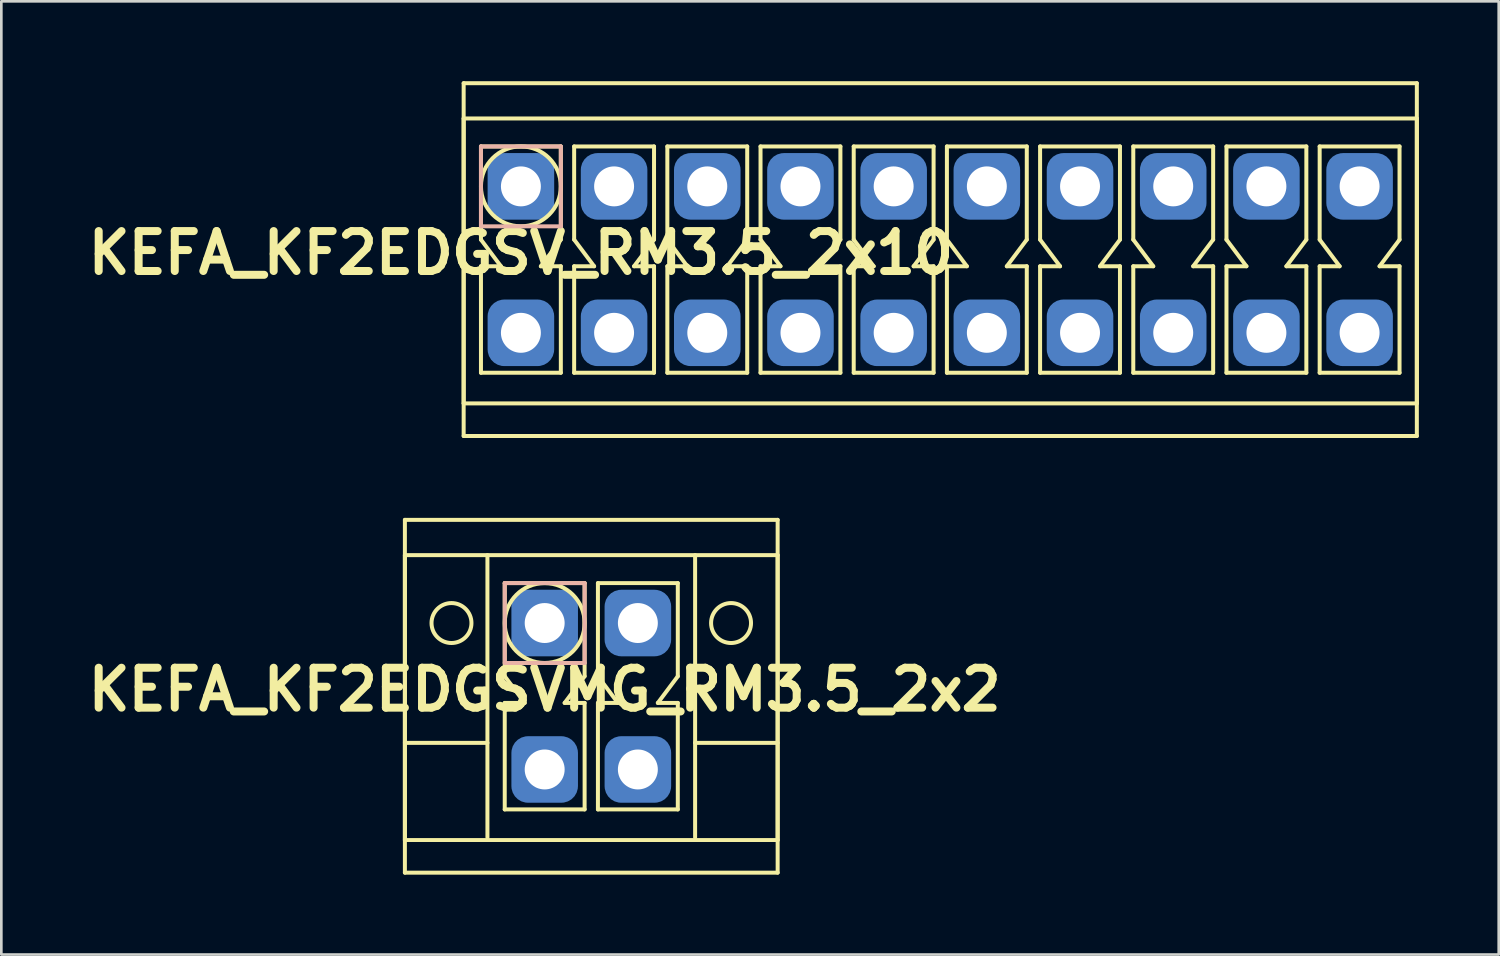
<source format=kicad_pcb>
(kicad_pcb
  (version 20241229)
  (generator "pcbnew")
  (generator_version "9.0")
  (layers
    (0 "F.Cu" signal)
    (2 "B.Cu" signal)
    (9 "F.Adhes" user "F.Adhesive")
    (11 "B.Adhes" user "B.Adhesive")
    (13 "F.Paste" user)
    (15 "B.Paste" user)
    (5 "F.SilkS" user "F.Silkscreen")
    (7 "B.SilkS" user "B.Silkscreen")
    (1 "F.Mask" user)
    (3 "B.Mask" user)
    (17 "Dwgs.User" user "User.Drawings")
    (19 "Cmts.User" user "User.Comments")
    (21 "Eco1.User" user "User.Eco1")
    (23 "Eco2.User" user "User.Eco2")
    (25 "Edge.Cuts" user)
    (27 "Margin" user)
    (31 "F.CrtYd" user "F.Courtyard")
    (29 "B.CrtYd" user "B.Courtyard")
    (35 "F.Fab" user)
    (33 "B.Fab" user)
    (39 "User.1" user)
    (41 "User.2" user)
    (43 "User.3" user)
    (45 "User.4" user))
  (footprint "KEFA_KF2EDGSV_RM3.5_2x10"
    (layer "F.Cu")
    (at 16.514 3.95)
    (property "Reference" "KEFA_KF2EDGSV_RM3.5_2x10" (at 0 2.5 0) (layer "F.SilkS") (effects (font (size 1.5 1.5) (thickness 0.3))))
    (attr through_hole)
    (fp_line (start -2.15 -3.875) (end 33.65 -3.875) (stroke (width 0.15) (type solid)) (layer "F.SilkS"))
    (fp_line (start -2.15 -2.55) (end 33.65 -2.55) (stroke (width 0.15) (type solid)) (layer "F.SilkS"))
    (fp_line (start -2.15 8.15) (end -2.15 -2.55) (stroke (width 0.15) (type solid)) (layer "F.SilkS"))
    (fp_line (start -2.15 9.375) (end -2.15 -3.875) (stroke (width 0.15) (type solid)) (layer "F.SilkS"))
    (fp_line (start -1.5 -1.5) (end -1.5 2) (stroke (width 0.15) (type solid)) (layer "F.SilkS"))
    (fp_line (start -1.5 -1.5) (end 1.5 -1.5) (stroke (width 0.15) (type solid)) (layer "F.SilkS"))
    (fp_line (start -1.5 2) (end -0.75 3) (stroke (width 0.15) (type solid)) (layer "F.SilkS"))
    (fp_line (start -1.5 3) (end -1.5 7) (stroke (width 0.15) (type solid)) (layer "F.SilkS"))
    (fp_line (start -1.5 7) (end 1.5 7) (stroke (width 0.15) (type solid)) (layer "F.SilkS"))
    (fp_line (start -0.75 3) (end -1.5 3) (stroke (width 0.15) (type solid)) (layer "F.SilkS"))
    (fp_line (start 0.75 3) (end 1.5 3) (stroke (width 0.15) (type solid)) (layer "F.SilkS"))
    (fp_line (start 1.5 -1.5) (end 1.5 2) (stroke (width 0.15) (type solid)) (layer "F.SilkS"))
    (fp_line (start 1.5 2) (end 0.75 3) (stroke (width 0.15) (type solid)) (layer "F.SilkS"))
    (fp_line (start 1.5 3) (end 1.5 7) (stroke (width 0.15) (type solid)) (layer "F.SilkS"))
    (fp_line (start 2 -1.5) (end 2 2) (stroke (width 0.15) (type solid)) (layer "F.SilkS"))
    (fp_line (start 2 -1.5) (end 5 -1.5) (stroke (width 0.15) (type solid)) (layer "F.SilkS"))
    (fp_line (start 2 2) (end 2.75 3) (stroke (width 0.15) (type solid)) (layer "F.SilkS"))
    (fp_line (start 2 3) (end 2 7) (stroke (width 0.15) (type solid)) (layer "F.SilkS"))
    (fp_line (start 2 7) (end 5 7) (stroke (width 0.15) (type solid)) (layer "F.SilkS"))
    (fp_line (start 2.75 3) (end 2 3) (stroke (width 0.15) (type solid)) (layer "F.SilkS"))
    (fp_line (start 4.25 3) (end 5 3) (stroke (width 0.15) (type solid)) (layer "F.SilkS"))
    (fp_line (start 5 -1.5) (end 5 2) (stroke (width 0.15) (type solid)) (layer "F.SilkS"))
    (fp_line (start 5 2) (end 4.25 3) (stroke (width 0.15) (type solid)) (layer "F.SilkS"))
    (fp_line (start 5 3) (end 5 7) (stroke (width 0.15) (type solid)) (layer "F.SilkS"))
    (fp_line (start 5.5 -1.5) (end 5.5 2) (stroke (width 0.15) (type solid)) (layer "F.SilkS"))
    (fp_line (start 5.5 -1.5) (end 8.5 -1.5) (stroke (width 0.15) (type solid)) (layer "F.SilkS"))
    (fp_line (start 5.5 2) (end 6.25 3) (stroke (width 0.15) (type solid)) (layer "F.SilkS"))
    (fp_line (start 5.5 3) (end 5.5 7) (stroke (width 0.15) (type solid)) (layer "F.SilkS"))
    (fp_line (start 5.5 7) (end 8.5 7) (stroke (width 0.15) (type solid)) (layer "F.SilkS"))
    (fp_line (start 6.25 3) (end 5.5 3) (stroke (width 0.15) (type solid)) (layer "F.SilkS"))
    (fp_line (start 7.75 3) (end 8.5 3) (stroke (width 0.15) (type solid)) (layer "F.SilkS"))
    (fp_line (start 8.5 -1.5) (end 8.5 2) (stroke (width 0.15) (type solid)) (layer "F.SilkS"))
    (fp_line (start 8.5 2) (end 7.75 3) (stroke (width 0.15) (type solid)) (layer "F.SilkS"))
    (fp_line (start 8.5 3) (end 8.5 7) (stroke (width 0.15) (type solid)) (layer "F.SilkS"))
    (fp_line (start 9 -1.5) (end 9 2) (stroke (width 0.15) (type solid)) (layer "F.SilkS"))
    (fp_line (start 9 -1.5) (end 12 -1.5) (stroke (width 0.15) (type solid)) (layer "F.SilkS"))
    (fp_line (start 9 2) (end 9.75 3) (stroke (width 0.15) (type solid)) (layer "F.SilkS"))
    (fp_line (start 9 3) (end 9 7) (stroke (width 0.15) (type solid)) (layer "F.SilkS"))
    (fp_line (start 9 7) (end 12 7) (stroke (width 0.15) (type solid)) (layer "F.SilkS"))
    (fp_line (start 9.75 3) (end 9 3) (stroke (width 0.15) (type solid)) (layer "F.SilkS"))
    (fp_line (start 11.25 3) (end 12 3) (stroke (width 0.15) (type solid)) (layer "F.SilkS"))
    (fp_line (start 12 -1.5) (end 12 2) (stroke (width 0.15) (type solid)) (layer "F.SilkS"))
    (fp_line (start 12 2) (end 11.25 3) (stroke (width 0.15) (type solid)) (layer "F.SilkS"))
    (fp_line (start 12 3) (end 12 7) (stroke (width 0.15) (type solid)) (layer "F.SilkS"))
    (fp_line (start 12.5 -1.5) (end 12.5 2) (stroke (width 0.15) (type solid)) (layer "F.SilkS"))
    (fp_line (start 12.5 -1.5) (end 15.5 -1.5) (stroke (width 0.15) (type solid)) (layer "F.SilkS"))
    (fp_line (start 12.5 2) (end 13.25 3) (stroke (width 0.15) (type solid)) (layer "F.SilkS"))
    (fp_line (start 12.5 3) (end 12.5 7) (stroke (width 0.15) (type solid)) (layer "F.SilkS"))
    (fp_line (start 12.5 7) (end 15.5 7) (stroke (width 0.15) (type solid)) (layer "F.SilkS"))
    (fp_line (start 13.25 3) (end 12.5 3) (stroke (width 0.15) (type solid)) (layer "F.SilkS"))
    (fp_line (start 14.75 3) (end 15.5 3) (stroke (width 0.15) (type solid)) (layer "F.SilkS"))
    (fp_line (start 15.5 -1.5) (end 15.5 2) (stroke (width 0.15) (type solid)) (layer "F.SilkS"))
    (fp_line (start 15.5 2) (end 14.75 3) (stroke (width 0.15) (type solid)) (layer "F.SilkS"))
    (fp_line (start 15.5 3) (end 15.5 7) (stroke (width 0.15) (type solid)) (layer "F.SilkS"))
    (fp_line (start 16 -1.5) (end 16 2) (stroke (width 0.15) (type solid)) (layer "F.SilkS"))
    (fp_line (start 16 -1.5) (end 19 -1.5) (stroke (width 0.15) (type solid)) (layer "F.SilkS"))
    (fp_line (start 16 2) (end 16.75 3) (stroke (width 0.15) (type solid)) (layer "F.SilkS"))
    (fp_line (start 16 3) (end 16 7) (stroke (width 0.15) (type solid)) (layer "F.SilkS"))
    (fp_line (start 16 7) (end 19 7) (stroke (width 0.15) (type solid)) (layer "F.SilkS"))
    (fp_line (start 16.75 3) (end 16 3) (stroke (width 0.15) (type solid)) (layer "F.SilkS"))
    (fp_line (start 18.25 3) (end 19 3) (stroke (width 0.15) (type solid)) (layer "F.SilkS"))
    (fp_line (start 19 -1.5) (end 19 2) (stroke (width 0.15) (type solid)) (layer "F.SilkS"))
    (fp_line (start 19 2) (end 18.25 3) (stroke (width 0.15) (type solid)) (layer "F.SilkS"))
    (fp_line (start 19 3) (end 19 7) (stroke (width 0.15) (type solid)) (layer "F.SilkS"))
    (fp_line (start 19.5 -1.5) (end 19.5 2) (stroke (width 0.15) (type solid)) (layer "F.SilkS"))
    (fp_line (start 19.5 -1.5) (end 22.5 -1.5) (stroke (width 0.15) (type solid)) (layer "F.SilkS"))
    (fp_line (start 19.5 2) (end 20.25 3) (stroke (width 0.15) (type solid)) (layer "F.SilkS"))
    (fp_line (start 19.5 3) (end 19.5 7) (stroke (width 0.15) (type solid)) (layer "F.SilkS"))
    (fp_line (start 19.5 7) (end 22.5 7) (stroke (width 0.15) (type solid)) (layer "F.SilkS"))
    (fp_line (start 20.25 3) (end 19.5 3) (stroke (width 0.15) (type solid)) (layer "F.SilkS"))
    (fp_line (start 21.75 3) (end 22.5 3) (stroke (width 0.15) (type solid)) (layer "F.SilkS"))
    (fp_line (start 22.5 -1.5) (end 22.5 2) (stroke (width 0.15) (type solid)) (layer "F.SilkS"))
    (fp_line (start 22.5 2) (end 21.75 3) (stroke (width 0.15) (type solid)) (layer "F.SilkS"))
    (fp_line (start 22.5 3) (end 22.5 7) (stroke (width 0.15) (type solid)) (layer "F.SilkS"))
    (fp_line (start 23 -1.5) (end 23 2) (stroke (width 0.15) (type solid)) (layer "F.SilkS"))
    (fp_line (start 23 -1.5) (end 26 -1.5) (stroke (width 0.15) (type solid)) (layer "F.SilkS"))
    (fp_line (start 23 2) (end 23.75 3) (stroke (width 0.15) (type solid)) (layer "F.SilkS"))
    (fp_line (start 23 3) (end 23 7) (stroke (width 0.15) (type solid)) (layer "F.SilkS"))
    (fp_line (start 23 7) (end 26 7) (stroke (width 0.15) (type solid)) (layer "F.SilkS"))
    (fp_line (start 23.75 3) (end 23 3) (stroke (width 0.15) (type solid)) (layer "F.SilkS"))
    (fp_line (start 25.25 3) (end 26 3) (stroke (width 0.15) (type solid)) (layer "F.SilkS"))
    (fp_line (start 26 -1.5) (end 26 2) (stroke (width 0.15) (type solid)) (layer "F.SilkS"))
    (fp_line (start 26 2) (end 25.25 3) (stroke (width 0.15) (type solid)) (layer "F.SilkS"))
    (fp_line (start 26 3) (end 26 7) (stroke (width 0.15) (type solid)) (layer "F.SilkS"))
    (fp_line (start 26.5 -1.5) (end 26.5 2) (stroke (width 0.15) (type solid)) (layer "F.SilkS"))
    (fp_line (start 26.5 -1.5) (end 29.5 -1.5) (stroke (width 0.15) (type solid)) (layer "F.SilkS"))
    (fp_line (start 26.5 2) (end 27.25 3) (stroke (width 0.15) (type solid)) (layer "F.SilkS"))
    (fp_line (start 26.5 3) (end 26.5 7) (stroke (width 0.15) (type solid)) (layer "F.SilkS"))
    (fp_line (start 26.5 7) (end 29.5 7) (stroke (width 0.15) (type solid)) (layer "F.SilkS"))
    (fp_line (start 27.25 3) (end 26.5 3) (stroke (width 0.15) (type solid)) (layer "F.SilkS"))
    (fp_line (start 28.75 3) (end 29.5 3) (stroke (width 0.15) (type solid)) (layer "F.SilkS"))
    (fp_line (start 29.5 -1.5) (end 29.5 2) (stroke (width 0.15) (type solid)) (layer "F.SilkS"))
    (fp_line (start 29.5 2) (end 28.75 3) (stroke (width 0.15) (type solid)) (layer "F.SilkS"))
    (fp_line (start 29.5 3) (end 29.5 7) (stroke (width 0.15) (type solid)) (layer "F.SilkS"))
    (fp_line (start 30 -1.5) (end 30 2) (stroke (width 0.15) (type solid)) (layer "F.SilkS"))
    (fp_line (start 30 -1.5) (end 33 -1.5) (stroke (width 0.15) (type solid)) (layer "F.SilkS"))
    (fp_line (start 30 2) (end 30.75 3) (stroke (width 0.15) (type solid)) (layer "F.SilkS"))
    (fp_line (start 30 3) (end 30 7) (stroke (width 0.15) (type solid)) (layer "F.SilkS"))
    (fp_line (start 30 7) (end 33 7) (stroke (width 0.15) (type solid)) (layer "F.SilkS"))
    (fp_line (start 30.75 3) (end 30 3) (stroke (width 0.15) (type solid)) (layer "F.SilkS"))
    (fp_line (start 32.25 3) (end 33 3) (stroke (width 0.15) (type solid)) (layer "F.SilkS"))
    (fp_line (start 33 -1.5) (end 33 2) (stroke (width 0.15) (type solid)) (layer "F.SilkS"))
    (fp_line (start 33 2) (end 32.25 3) (stroke (width 0.15) (type solid)) (layer "F.SilkS"))
    (fp_line (start 33 3) (end 33 7) (stroke (width 0.15) (type solid)) (layer "F.SilkS"))
    (fp_line (start 33.65 -3.875) (end 33.65 9.375) (stroke (width 0.15) (type solid)) (layer "F.SilkS"))
    (fp_line (start 33.65 -2.55) (end 33.65 8.15) (stroke (width 0.15) (type solid)) (layer "F.SilkS"))
    (fp_line (start 33.65 8.15) (end -2.15 8.15) (stroke (width 0.15) (type solid)) (layer "F.SilkS"))
    (fp_line (start 33.65 9.375) (end -2.15 9.375) (stroke (width 0.15) (type solid)) (layer "F.SilkS"))
    (fp_circle (center 0 0) (end 1.5 0) (stroke (width 0.15) (type solid)) (fill no) (layer "F.SilkS"))
    (fp_line (start -1.5 -1.5) (end 1.5 -1.5) (stroke (width 0.15) (type solid)) (layer "B.SilkS"))
    (fp_line (start -1.5 1.5) (end -1.5 -1.5) (stroke (width 0.15) (type solid)) (layer "B.SilkS"))
    (fp_line (start 1.5 -1.5) (end 1.5 1.5) (stroke (width 0.15) (type solid)) (layer "B.SilkS"))
    (fp_line (start 1.5 1.5) (end -1.5 1.5) (stroke (width 0.15) (type solid)) (layer "B.SilkS"))
    (pad "1" thru_hole circle (at 0 0) (size 1.8 1.8) (drill 1.5) (layers "*.Cu" "*.Mask"))
    (pad "1" smd roundrect (at 0 0) (size 2.5 2.5) (layers "B.Cu" "B.Mask") (roundrect_rratio 0.25))
    (pad "2" thru_hole circle (at 3.5 0) (size 1.8 1.8) (drill 1.5) (layers "*.Cu" "*.Mask"))
    (pad "2" smd roundrect (at 3.5 0) (size 2.5 2.5) (layers "B.Cu" "B.Mask") (roundrect_rratio 0.25))
    (pad "3" thru_hole circle (at 7 0) (size 1.8 1.8) (drill 1.5) (layers "*.Cu" "*.Mask"))
    (pad "3" smd roundrect (at 7 0) (size 2.5 2.5) (layers "B.Cu" "B.Mask") (roundrect_rratio 0.25))
    (pad "4" thru_hole circle (at 10.5 0) (size 1.8 1.8) (drill 1.5) (layers "*.Cu" "*.Mask"))
    (pad "4" smd roundrect (at 10.5 0) (size 2.5 2.5) (layers "B.Cu" "B.Mask") (roundrect_rratio 0.25))
    (pad "5" thru_hole circle (at 14 0) (size 1.8 1.8) (drill 1.5) (layers "*.Cu" "*.Mask"))
    (pad "5" smd roundrect (at 14 0) (size 2.5 2.5) (layers "B.Cu" "B.Mask") (roundrect_rratio 0.25))
    (pad "6" thru_hole circle (at 17.5 0) (size 1.8 1.8) (drill 1.5) (layers "*.Cu" "*.Mask"))
    (pad "6" smd roundrect (at 17.5 0) (size 2.5 2.5) (layers "B.Cu" "B.Mask") (roundrect_rratio 0.25))
    (pad "7" thru_hole circle (at 21 0) (size 1.8 1.8) (drill 1.5) (layers "*.Cu" "*.Mask"))
    (pad "7" smd roundrect (at 21 0) (size 2.5 2.5) (layers "B.Cu" "B.Mask") (roundrect_rratio 0.25))
    (pad "8" thru_hole circle (at 24.5 0) (size 1.8 1.8) (drill 1.5) (layers "*.Cu" "*.Mask"))
    (pad "8" smd roundrect (at 24.5 0) (size 2.5 2.5) (layers "B.Cu" "B.Mask") (roundrect_rratio 0.25))
    (pad "9" thru_hole circle (at 28 0) (size 1.8 1.8) (drill 1.5) (layers "*.Cu" "*.Mask"))
    (pad "9" smd roundrect (at 28 0) (size 2.5 2.5) (layers "B.Cu" "B.Mask") (roundrect_rratio 0.25))
    (pad "10" thru_hole circle (at 31.5 0) (size 1.8 1.8) (drill 1.5) (layers "*.Cu" "*.Mask"))
    (pad "10" smd roundrect (at 31.5 0) (size 2.5 2.5) (layers "B.Cu" "B.Mask") (roundrect_rratio 0.25))
    (pad "11" thru_hole circle (at 0 5.5) (size 1.8 1.8) (drill 1.5) (layers "*.Cu" "*.Mask"))
    (pad "11" smd roundrect (at 0 5.5) (size 2.5 2.5) (layers "B.Cu" "B.Mask") (roundrect_rratio 0.25))
    (pad "12" thru_hole circle (at 3.5 5.5) (size 1.8 1.8) (drill 1.5) (layers "*.Cu" "*.Mask"))
    (pad "12" smd roundrect (at 3.5 5.5) (size 2.5 2.5) (layers "B.Cu" "B.Mask") (roundrect_rratio 0.25))
    (pad "13" thru_hole circle (at 7 5.5) (size 1.8 1.8) (drill 1.5) (layers "*.Cu" "*.Mask"))
    (pad "13" smd roundrect (at 7 5.5) (size 2.5 2.5) (layers "B.Cu" "B.Mask") (roundrect_rratio 0.25))
    (pad "14" thru_hole circle (at 10.5 5.5) (size 1.8 1.8) (drill 1.5) (layers "*.Cu" "*.Mask"))
    (pad "14" smd roundrect (at 10.5 5.5) (size 2.5 2.5) (layers "B.Cu" "B.Mask") (roundrect_rratio 0.25))
    (pad "15" thru_hole circle (at 14 5.5) (size 1.8 1.8) (drill 1.5) (layers "*.Cu" "*.Mask"))
    (pad "15" smd roundrect (at 14 5.5) (size 2.5 2.5) (layers "B.Cu" "B.Mask") (roundrect_rratio 0.25))
    (pad "16" thru_hole circle (at 17.5 5.5) (size 1.8 1.8) (drill 1.5) (layers "*.Cu" "*.Mask"))
    (pad "16" smd roundrect (at 17.5 5.5) (size 2.5 2.5) (layers "B.Cu" "B.Mask") (roundrect_rratio 0.25))
    (pad "17" thru_hole circle (at 21 5.5) (size 1.8 1.8) (drill 1.5) (layers "*.Cu" "*.Mask"))
    (pad "17" smd roundrect (at 21 5.5) (size 2.5 2.5) (layers "B.Cu" "B.Mask") (roundrect_rratio 0.25))
    (pad "18" thru_hole circle (at 24.5 5.5) (size 1.8 1.8) (drill 1.5) (layers "*.Cu" "*.Mask"))
    (pad "18" smd roundrect (at 24.5 5.5) (size 2.5 2.5) (layers "B.Cu" "B.Mask") (roundrect_rratio 0.25))
    (pad "19" thru_hole circle (at 28 5.5) (size 1.8 1.8) (drill 1.5) (layers "*.Cu" "*.Mask"))
    (pad "19" smd roundrect (at 28 5.5) (size 2.5 2.5) (layers "B.Cu" "B.Mask") (roundrect_rratio 0.25))
    (pad "20" thru_hole circle (at 31.5 5.5) (size 1.8 1.8) (drill 1.5) (layers "*.Cu" "*.Mask"))
    (pad "20" smd roundrect (at 31.5 5.5) (size 2.5 2.5) (layers "B.Cu" "B.Mask") (roundrect_rratio 0.25)))
  (footprint "KEFA_KF2EDGSVMG_RM3.5_2x2"
    (layer "F.Cu")
    (at 17.407 20.35)
    (property "Reference" "KEFA_KF2EDGSVMG_RM3.5_2x2" (at 0 2.5 0) (layer "F.SilkS") (effects (font (size 1.5 1.5) (thickness 0.3))))
    (attr through_hole)
    (fp_line (start -5.25 -3.875) (end 8.75 -3.875) (stroke (width 0.15) (type solid)) (layer "F.SilkS"))
    (fp_line (start -5.25 -2.55) (end 8.75 -2.55) (stroke (width 0.15) (type solid)) (layer "F.SilkS"))
    (fp_line (start -5.25 4.5) (end -2.15 4.5) (stroke (width 0.15) (type solid)) (layer "F.SilkS"))
    (fp_line (start -5.25 8.15) (end -5.25 -2.55) (stroke (width 0.15) (type solid)) (layer "F.SilkS"))
    (fp_line (start -5.25 9.375) (end -5.25 -3.875) (stroke (width 0.15) (type solid)) (layer "F.SilkS"))
    (fp_line (start -2.15 -2.55) (end -2.15 8.05) (stroke (width 0.15) (type solid)) (layer "F.SilkS"))
    (fp_line (start -1.5 -1.5) (end -1.5 2) (stroke (width 0.15) (type solid)) (layer "F.SilkS"))
    (fp_line (start -1.5 -1.5) (end 1.5 -1.5) (stroke (width 0.15) (type solid)) (layer "F.SilkS"))
    (fp_line (start -1.5 2) (end -0.75 3) (stroke (width 0.15) (type solid)) (layer "F.SilkS"))
    (fp_line (start -1.5 3) (end -1.5 7) (stroke (width 0.15) (type solid)) (layer "F.SilkS"))
    (fp_line (start -1.5 7) (end 1.5 7) (stroke (width 0.15) (type solid)) (layer "F.SilkS"))
    (fp_line (start -0.75 3) (end -1.5 3) (stroke (width 0.15) (type solid)) (layer "F.SilkS"))
    (fp_line (start 0.75 3) (end 1.5 3) (stroke (width 0.15) (type solid)) (layer "F.SilkS"))
    (fp_line (start 1.5 -1.5) (end 1.5 2) (stroke (width 0.15) (type solid)) (layer "F.SilkS"))
    (fp_line (start 1.5 2) (end 0.75 3) (stroke (width 0.15) (type solid)) (layer "F.SilkS"))
    (fp_line (start 1.5 3) (end 1.5 7) (stroke (width 0.15) (type solid)) (layer "F.SilkS"))
    (fp_line (start 2 -1.5) (end 2 2) (stroke (width 0.15) (type solid)) (layer "F.SilkS"))
    (fp_line (start 2 -1.5) (end 5 -1.5) (stroke (width 0.15) (type solid)) (layer "F.SilkS"))
    (fp_line (start 2 2) (end 2.75 3) (stroke (width 0.15) (type solid)) (layer "F.SilkS"))
    (fp_line (start 2 3) (end 2 7) (stroke (width 0.15) (type solid)) (layer "F.SilkS"))
    (fp_line (start 2 7) (end 5 7) (stroke (width 0.15) (type solid)) (layer "F.SilkS"))
    (fp_line (start 2.75 3) (end 2 3) (stroke (width 0.15) (type solid)) (layer "F.SilkS"))
    (fp_line (start 4.25 3) (end 5 3) (stroke (width 0.15) (type solid)) (layer "F.SilkS"))
    (fp_line (start 5 -1.5) (end 5 2) (stroke (width 0.15) (type solid)) (layer "F.SilkS"))
    (fp_line (start 5 2) (end 4.25 3) (stroke (width 0.15) (type solid)) (layer "F.SilkS"))
    (fp_line (start 5 3) (end 5 7) (stroke (width 0.15) (type solid)) (layer "F.SilkS"))
    (fp_line (start 5.65 -2.55) (end 5.65 8.05) (stroke (width 0.15) (type solid)) (layer "F.SilkS"))
    (fp_line (start 8.75 -3.875) (end 8.75 9.375) (stroke (width 0.15) (type solid)) (layer "F.SilkS"))
    (fp_line (start 8.75 -2.55) (end 8.75 8.15) (stroke (width 0.15) (type solid)) (layer "F.SilkS"))
    (fp_line (start 8.75 4.5) (end 5.65 4.5) (stroke (width 0.15) (type solid)) (layer "F.SilkS"))
    (fp_line (start 8.75 8.15) (end -5.25 8.15) (stroke (width 0.15) (type solid)) (layer "F.SilkS"))
    (fp_line (start 8.75 9.375) (end -5.25 9.375) (stroke (width 0.15) (type solid)) (layer "F.SilkS"))
    (fp_circle (center -3.5 0) (end -2.75 0) (stroke (width 0.15) (type solid)) (fill no) (layer "F.SilkS"))
    (fp_circle (center 0 0) (end 1.5 0) (stroke (width 0.15) (type solid)) (fill no) (layer "F.SilkS"))
    (fp_circle (center 7 0) (end 6.25 0) (stroke (width 0.15) (type solid)) (fill no) (layer "F.SilkS"))
    (fp_line (start -1.5 -1.5) (end 1.5 -1.5) (stroke (width 0.15) (type solid)) (layer "B.SilkS"))
    (fp_line (start -1.5 1.5) (end -1.5 -1.5) (stroke (width 0.15) (type solid)) (layer "B.SilkS"))
    (fp_line (start 1.5 -1.5) (end 1.5 1.5) (stroke (width 0.15) (type solid)) (layer "B.SilkS"))
    (fp_line (start 1.5 1.5) (end -1.5 1.5) (stroke (width 0.15) (type solid)) (layer "B.SilkS"))
    (pad "1" thru_hole circle (at 0 0) (size 1.8 1.8) (drill 1.5) (layers "*.Cu" "*.Mask"))
    (pad "1" smd roundrect (at 0 0) (size 2.5 2.5) (layers "B.Cu" "B.Mask") (roundrect_rratio 0.25))
    (pad "2" thru_hole circle (at 3.5 0) (size 1.8 1.8) (drill 1.5) (layers "*.Cu" "*.Mask"))
    (pad "2" smd roundrect (at 3.5 0) (size 2.5 2.5) (layers "B.Cu" "B.Mask") (roundrect_rratio 0.25))
    (pad "3" thru_hole circle (at 0 5.5) (size 1.8 1.8) (drill 1.5) (layers "*.Cu" "*.Mask"))
    (pad "3" smd roundrect (at 0 5.5) (size 2.5 2.5) (layers "B.Cu" "B.Mask") (roundrect_rratio 0.25))
    (pad "4" thru_hole circle (at 3.5 5.5) (size 1.8 1.8) (drill 1.5) (layers "*.Cu" "*.Mask"))
    (pad "4" smd roundrect (at 3.5 5.5) (size 2.5 2.5) (layers "B.Cu" "B.Mask") (roundrect_rratio 0.25)))
  (gr_rect
    (start -3 -3)
    (end 53.239 32.8)
    (stroke (width 0.1) (type default))
    (fill no)
    (layer "Edge.Cuts")))
</source>
